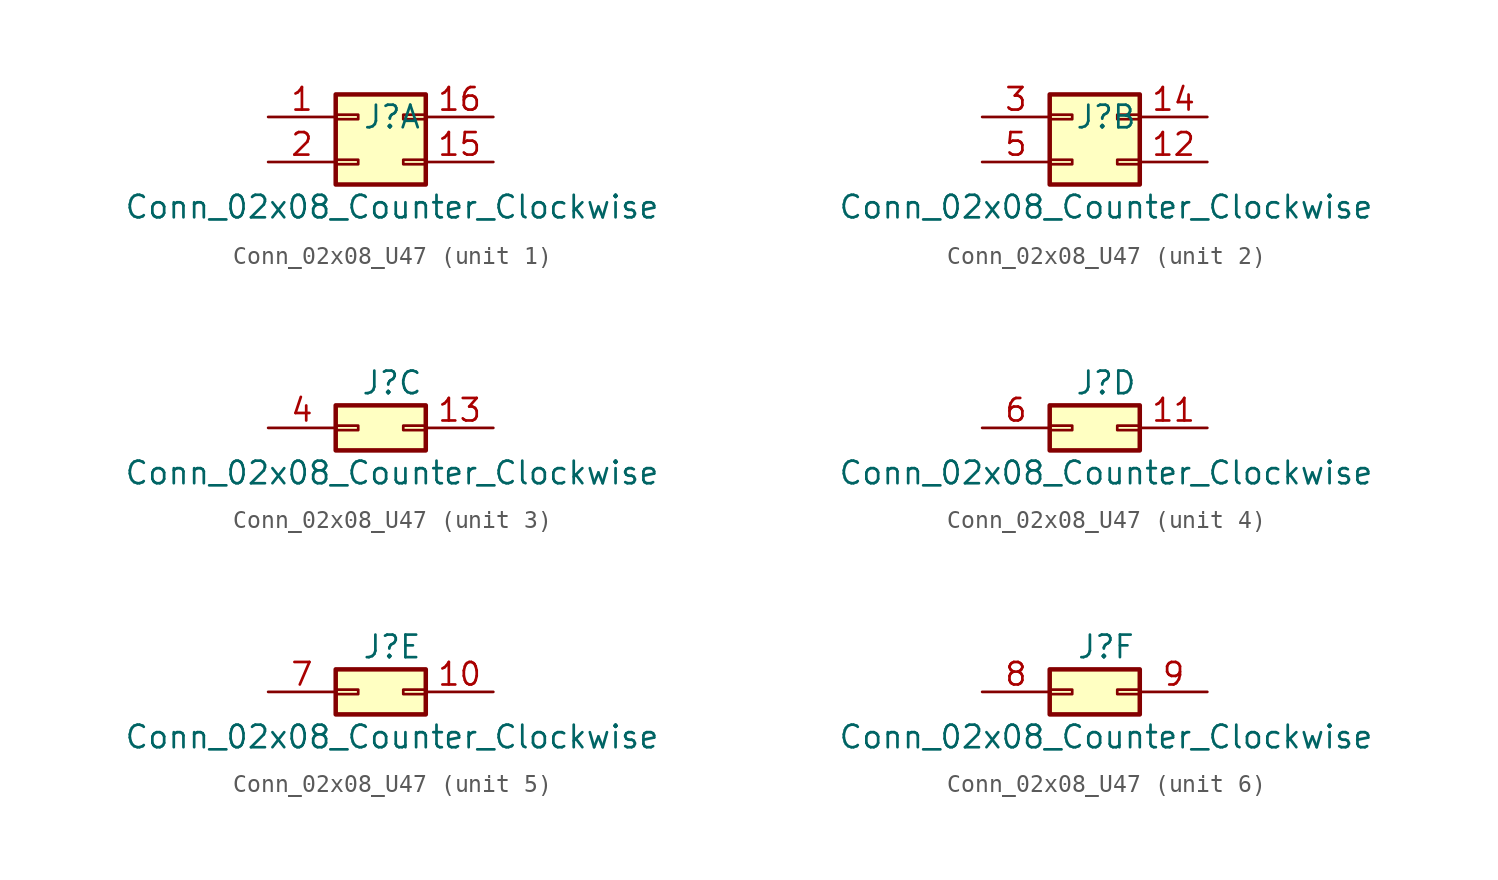
<source format=kicad_sym>
(kicad_symbol_lib
  (version 20220914)
  (generator kicad_symbol_editor)
  (symbol "Conn_02x08_U47"
    (pin_names
      (offset 1.016) hide)
    (property "Reference" "J"
      (at 1.905 2.54 0)
      (effects (font (size 1.27 1.27))))
    (property "Value" "Conn_02x08_Counter_Clockwise"
      (at 1.905 -2.54 0)
      (effects (font (size 1.27 1.27))))
    (property "ki_locked" ""
      (at 0 0 0)
      (effects (font (size 1.27 1.27))))
    (symbol "Conn_02x08_U47_1_1"
      (rectangle (start -1.27 0.127) (end 0 -0.127) (stroke (width 0.152) (type default)) (fill (type none)))
      (rectangle (start -1.27 2.667) (end 0 2.413) (stroke (width 0.152) (type default)) (fill (type none)))
      (rectangle (start -1.27 3.81) (end 3.81 -1.27) (stroke (width 0.254) (type default)) (fill (type background)))
      (rectangle (start 3.81 0.127) (end 2.54 -0.127) (stroke (width 0.152) (type default)) (fill (type none)))
      (rectangle (start 3.81 2.667) (end 2.54 2.413) (stroke (width 0.152) (type default)) (fill (type none)))
      (pin passive line (at -5.08 2.54 0) (length 3.81) (name "Pin_1" (effects (font (size 1.27 1.27)))) (number "1" (effects (font (size 1.27 1.27)))))
      (pin passive line (at 7.62 0 180) (length 3.81) (name "Pin_15" (effects (font (size 1.27 1.27)))) (number "15" (effects (font (size 1.27 1.27)))))
      (pin passive line (at 7.62 2.54 180) (length 3.81) (name "Pin_16" (effects (font (size 1.27 1.27)))) (number "16" (effects (font (size 1.27 1.27)))))
      (pin passive line (at -5.08 0 0) (length 3.81) (name "Pin_2" (effects (font (size 1.27 1.27)))) (number "2" (effects (font (size 1.27 1.27))))))
    (symbol "Conn_02x08_U47_2_1"
      (rectangle (start -1.27 0.127) (end 0 -0.127) (stroke (width 0.152) (type default)) (fill (type none)))
      (rectangle (start -1.27 2.667) (end 0 2.413) (stroke (width 0.152) (type default)) (fill (type none)))
      (rectangle (start -1.27 3.81) (end 3.81 -1.27) (stroke (width 0.254) (type default)) (fill (type background)))
      (rectangle (start 3.81 0.127) (end 2.54 -0.127) (stroke (width 0.152) (type default)) (fill (type none)))
      (rectangle (start 3.81 2.667) (end 2.54 2.413) (stroke (width 0.152) (type default)) (fill (type none)))
      (pin passive line (at 7.62 0 180) (length 3.81) (name "Pin_12" (effects (font (size 1.27 1.27)))) (number "12" (effects (font (size 1.27 1.27)))))
      (pin passive line (at 7.62 2.54 180) (length 3.81) (name "Pin_14" (effects (font (size 1.27 1.27)))) (number "14" (effects (font (size 1.27 1.27)))))
      (pin passive line (at -5.08 2.54 0) (length 3.81) (name "Pin_3" (effects (font (size 1.27 1.27)))) (number "3" (effects (font (size 1.27 1.27)))))
      (pin passive line (at -5.08 0 0) (length 3.81) (name "Pin_5" (effects (font (size 1.27 1.27)))) (number "5" (effects (font (size 1.27 1.27))))))
    (symbol "Conn_02x08_U47_3_1"
      (rectangle (start -1.27 0.127) (end 0 -0.127) (stroke (width 0.152) (type default)) (fill (type none)))
      (rectangle (start -1.27 1.27) (end 3.81 -1.27) (stroke (width 0.254) (type default)) (fill (type background)))
      (rectangle (start 3.81 0.127) (end 2.54 -0.127) (stroke (width 0.152) (type default)) (fill (type none)))
      (pin passive line (at 7.62 0 180) (length 3.81) (name "Pin_13" (effects (font (size 1.27 1.27)))) (number "13" (effects (font (size 1.27 1.27)))))
      (pin passive line (at -5.08 0 0) (length 3.81) (name "Pin_4" (effects (font (size 1.27 1.27)))) (number "4" (effects (font (size 1.27 1.27))))))
    (symbol "Conn_02x08_U47_4_1"
      (rectangle (start -1.27 0.127) (end 0 -0.127) (stroke (width 0.152) (type default)) (fill (type none)))
      (rectangle (start -1.27 1.27) (end 3.81 -1.27) (stroke (width 0.254) (type default)) (fill (type background)))
      (rectangle (start 3.81 0.127) (end 2.54 -0.127) (stroke (width 0.152) (type default)) (fill (type none)))
      (pin passive line (at 7.62 0 180) (length 3.81) (name "Pin_11" (effects (font (size 1.27 1.27)))) (number "11" (effects (font (size 1.27 1.27)))))
      (pin passive line (at -5.08 0 0) (length 3.81) (name "Pin_6" (effects (font (size 1.27 1.27)))) (number "6" (effects (font (size 1.27 1.27))))))
    (symbol "Conn_02x08_U47_5_1"
      (rectangle (start -1.27 0.127) (end 0 -0.127) (stroke (width 0.152) (type default)) (fill (type none)))
      (rectangle (start -1.27 1.27) (end 3.81 -1.27) (stroke (width 0.254) (type default)) (fill (type background)))
      (rectangle (start 3.81 0.127) (end 2.54 -0.127) (stroke (width 0.152) (type default)) (fill (type none)))
      (pin passive line (at 7.62 0 180) (length 3.81) (name "Pin_10" (effects (font (size 1.27 1.27)))) (number "10" (effects (font (size 1.27 1.27)))))
      (pin passive line (at -5.08 0 0) (length 3.81) (name "Pin_7" (effects (font (size 1.27 1.27)))) (number "7" (effects (font (size 1.27 1.27))))))
    (symbol "Conn_02x08_U47_6_1"
      (rectangle (start -1.27 0.127) (end 0 -0.127) (stroke (width 0.152) (type default)) (fill (type none)))
      (rectangle (start -1.27 1.27) (end 3.81 -1.27) (stroke (width 0.254) (type default)) (fill (type background)))
      (rectangle (start 3.81 0.127) (end 2.54 -0.127) (stroke (width 0.152) (type default)) (fill (type none)))
      (pin passive line (at -5.08 0 0) (length 3.81) (name "Pin_8" (effects (font (size 1.27 1.27)))) (number "8" (effects (font (size 1.27 1.27)))))
      (pin passive line (at 7.62 0 180) (length 3.81) (name "Pin_9" (effects (font (size 1.27 1.27)))) (number "9" (effects (font (size 1.27 1.27))))))))
</source>
